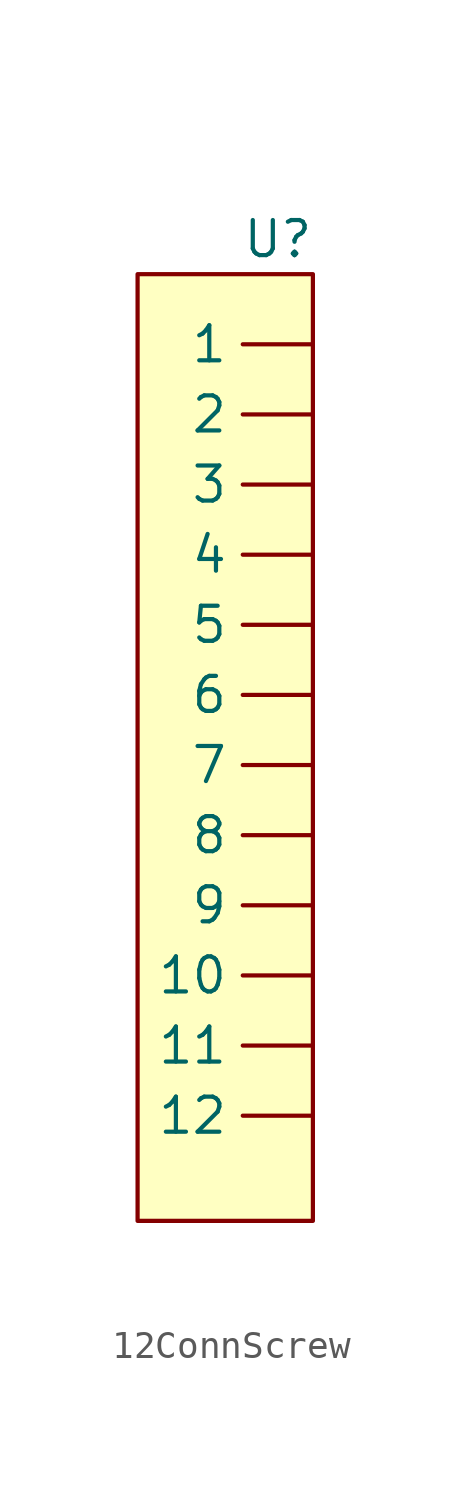
<source format=kicad_sym>
(kicad_symbol_lib
  (version 20241209)
  (generator "kicad_symbol_editor")
  (generator_version "9.0")
  (symbol "12ConnScrew"
    (property "Reference" "U"
      (at 0 0 0)
      (effects (font (size 1.27 1.27))))
    (property "Value" ""
      (at 0 0 0)
      (effects (font (size 1.27 1.27))))
    (symbol "12ConnScrew_1_1"
      (rectangle (start -5.08 -1.27) (end 1.27 -35.56) (stroke (width 0) (type solid)) (fill (type color) (color 255 255 194 1)))
      (pin input line (at 1.27 -3.81 180) (length 2.54) (name "1" (effects (font (size 1.27 1.27)))) (number "" (effects (font (size 1.27 1.27)))))
      (pin input line (at 1.27 -6.35 180) (length 2.54) (name "2" (effects (font (size 1.27 1.27)))) (number "" (effects (font (size 1.27 1.27)))))
      (pin input line (at 1.27 -8.89 180) (length 2.54) (name "3" (effects (font (size 1.27 1.27)))) (number "" (effects (font (size 1.27 1.27)))))
      (pin input line (at 1.27 -11.43 180) (length 2.54) (name "4" (effects (font (size 1.27 1.27)))) (number "" (effects (font (size 1.27 1.27)))))
      (pin input line (at 1.27 -13.97 180) (length 2.54) (name "5" (effects (font (size 1.27 1.27)))) (number "" (effects (font (size 1.27 1.27)))))
      (pin input line (at 1.27 -16.51 180) (length 2.54) (name "6" (effects (font (size 1.27 1.27)))) (number "" (effects (font (size 1.27 1.27)))))
      (pin input line (at 1.27 -19.05 180) (length 2.54) (name "7" (effects (font (size 1.27 1.27)))) (number "" (effects (font (size 1.27 1.27)))))
      (pin input line (at 1.27 -21.59 180) (length 2.54) (name "8" (effects (font (size 1.27 1.27)))) (number "" (effects (font (size 1.27 1.27)))))
      (pin input line (at 1.27 -24.13 180) (length 2.54) (name "9" (effects (font (size 1.27 1.27)))) (number "" (effects (font (size 1.27 1.27)))))
      (pin input line (at 1.27 -26.67 180) (length 2.54) (name "10" (effects (font (size 1.27 1.27)))) (number "" (effects (font (size 1.27 1.27)))))
      (pin input line (at 1.27 -29.21 180) (length 2.54) (name "11" (effects (font (size 1.27 1.27)))) (number "" (effects (font (size 1.27 1.27)))))
      (pin input line (at 1.27 -31.75 180) (length 2.54) (name "12" (effects (font (size 1.27 1.27)))) (number "" (effects (font (size 1.27 1.27))))))))
</source>
